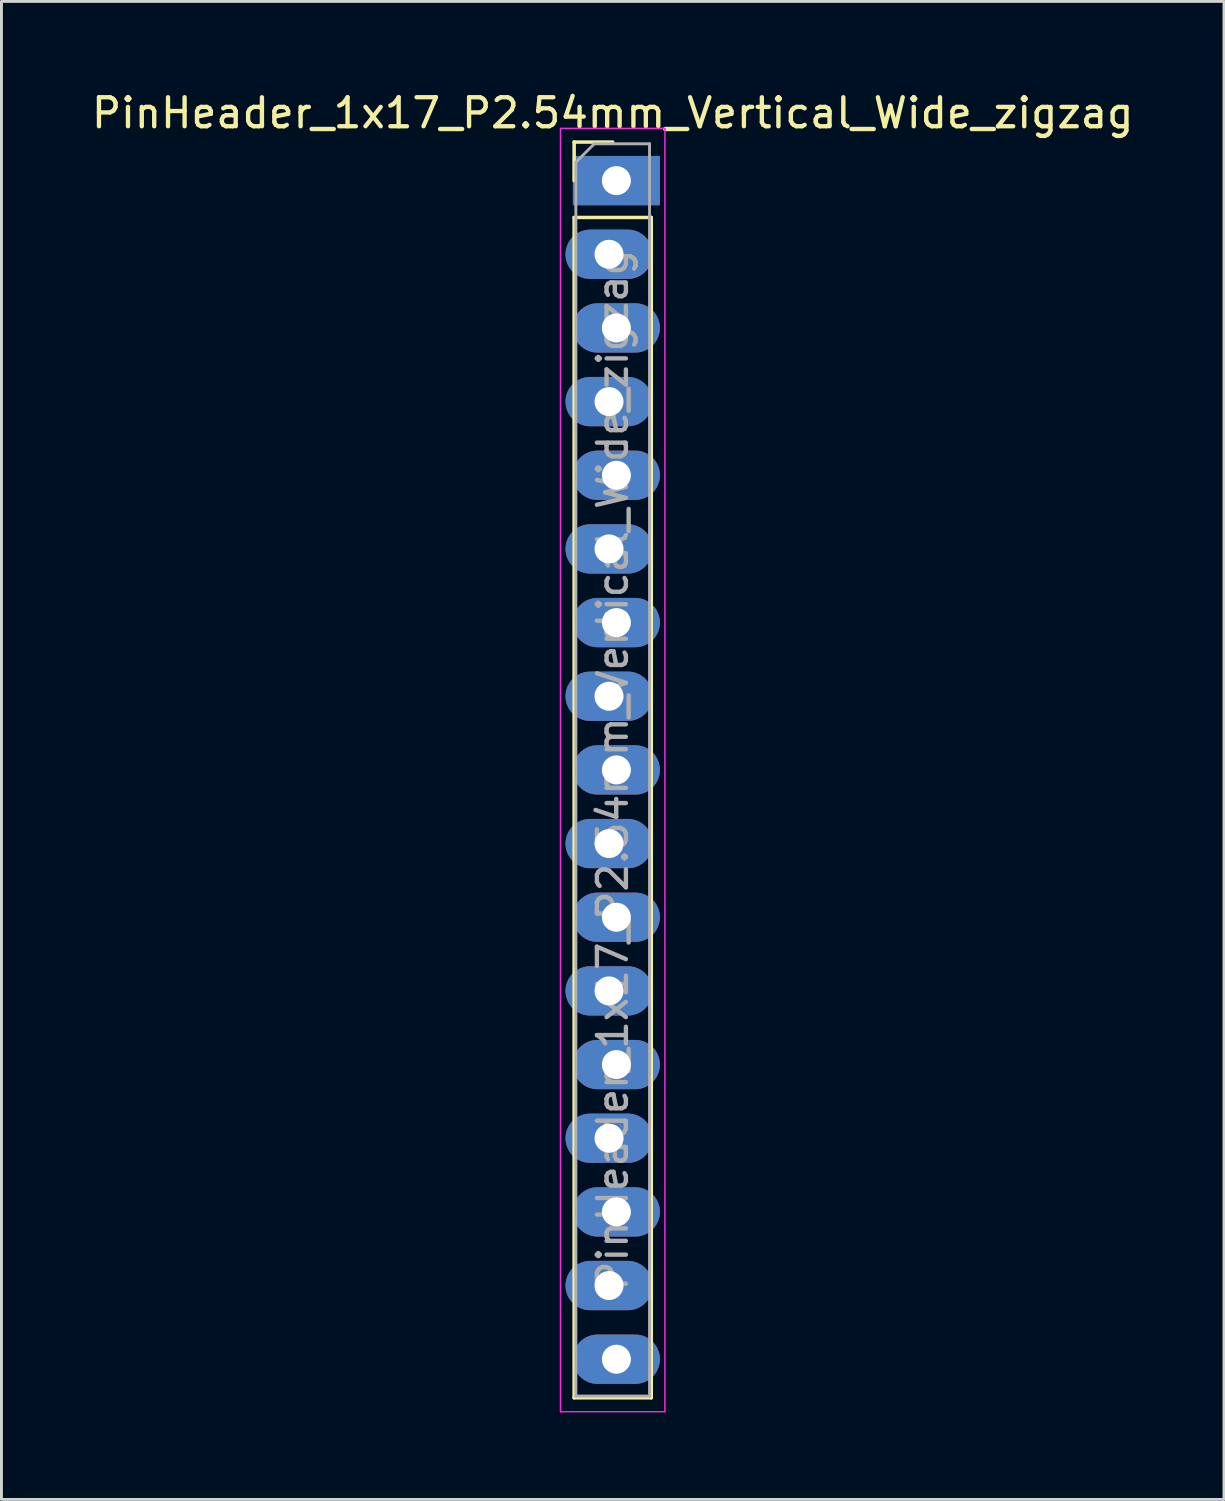
<source format=kicad_pcb>
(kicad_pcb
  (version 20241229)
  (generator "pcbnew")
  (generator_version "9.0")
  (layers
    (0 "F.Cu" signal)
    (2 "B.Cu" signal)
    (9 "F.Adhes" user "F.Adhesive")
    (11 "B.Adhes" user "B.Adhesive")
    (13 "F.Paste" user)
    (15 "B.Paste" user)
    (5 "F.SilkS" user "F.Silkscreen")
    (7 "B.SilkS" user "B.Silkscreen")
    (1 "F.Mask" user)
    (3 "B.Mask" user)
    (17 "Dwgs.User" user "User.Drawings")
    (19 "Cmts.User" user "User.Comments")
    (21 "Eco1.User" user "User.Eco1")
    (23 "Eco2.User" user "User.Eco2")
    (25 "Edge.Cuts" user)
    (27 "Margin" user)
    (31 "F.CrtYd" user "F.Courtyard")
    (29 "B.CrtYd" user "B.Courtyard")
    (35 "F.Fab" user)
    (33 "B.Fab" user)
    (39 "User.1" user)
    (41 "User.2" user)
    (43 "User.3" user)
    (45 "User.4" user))
  (footprint "PinHeader_1x17_P2.54mm_Vertical_Wide_zigzag"
    (layer "F.Cu")
    (at 18.077 3.178)
    (property "Reference" "PinHeader_1x17_P2.54mm_Vertical_Wide_zigzag" (at 0 -2.33 0) (layer "F.SilkS") (effects (font (size 1 1) (thickness 0.15))))
    (attr through_hole)
    (fp_line (start -1.33 -1.33) (end 0 -1.33) (stroke (width 0.12) (type solid)) (layer "F.SilkS"))
    (fp_line (start -1.33 0) (end -1.33 -1.33) (stroke (width 0.12) (type solid)) (layer "F.SilkS"))
    (fp_line (start -1.33 1.27) (end -1.33 41.97) (stroke (width 0.12) (type solid)) (layer "F.SilkS"))
    (fp_line (start -1.33 1.27) (end 1.33 1.27) (stroke (width 0.12) (type solid)) (layer "F.SilkS"))
    (fp_line (start -1.33 41.97) (end 1.33 41.97) (stroke (width 0.12) (type solid)) (layer "F.SilkS"))
    (fp_line (start 1.33 1.27) (end 1.33 41.97) (stroke (width 0.12) (type solid)) (layer "F.SilkS"))
    (fp_line (start -1.8 -1.8) (end -1.8 42.45) (stroke (width 0.05) (type solid)) (layer "F.CrtYd"))
    (fp_line (start -1.8 42.45) (end 1.8 42.45) (stroke (width 0.05) (type solid)) (layer "F.CrtYd"))
    (fp_line (start 1.8 -1.8) (end -1.8 -1.8) (stroke (width 0.05) (type solid)) (layer "F.CrtYd"))
    (fp_line (start 1.8 42.45) (end 1.8 -1.8) (stroke (width 0.05) (type solid)) (layer "F.CrtYd"))
    (fp_line (start -1.27 -0.635) (end -0.635 -1.27) (stroke (width 0.1) (type solid)) (layer "F.Fab"))
    (fp_line (start -1.27 41.91) (end -1.27 -0.635) (stroke (width 0.1) (type solid)) (layer "F.Fab"))
    (fp_line (start -0.635 -1.27) (end 1.27 -1.27) (stroke (width 0.1) (type solid)) (layer "F.Fab"))
    (fp_line (start 1.27 -1.27) (end 1.27 41.91) (stroke (width 0.1) (type solid)) (layer "F.Fab"))
    (fp_line (start 1.27 41.91) (end -1.27 41.91) (stroke (width 0.1) (type solid)) (layer "F.Fab"))
    (fp_text user "${REFERENCE}" (at 0 20.32 90) (layer "F.Fab") (effects (font (size 1 1) (thickness 0.15))))
    (pad "1" thru_hole rect (at 0.127 0) (size 3 1.7) (drill 1) (layers "*.Cu" "*.Mask"))
    (pad "2" thru_hole oval (at -0.127 2.54) (size 3 1.7) (drill 1) (layers "*.Cu" "*.Mask"))
    (pad "3" thru_hole oval (at 0.127 5.08) (size 3 1.7) (drill 1) (layers "*.Cu" "*.Mask"))
    (pad "4" thru_hole oval (at -0.127 7.62) (size 3 1.7) (drill 1) (layers "*.Cu" "*.Mask"))
    (pad "5" thru_hole oval (at 0.127 10.16) (size 3 1.7) (drill 1) (layers "*.Cu" "*.Mask"))
    (pad "6" thru_hole oval (at -0.127 12.7) (size 3 1.7) (drill 1) (layers "*.Cu" "*.Mask"))
    (pad "7" thru_hole oval (at 0.127 15.24) (size 3 1.7) (drill 1) (layers "*.Cu" "*.Mask"))
    (pad "8" thru_hole oval (at -0.127 17.78) (size 3 1.7) (drill 1) (layers "*.Cu" "*.Mask"))
    (pad "9" thru_hole oval (at 0.127 20.32) (size 3 1.7) (drill 1) (layers "*.Cu" "*.Mask"))
    (pad "10" thru_hole oval (at -0.127 22.86) (size 3 1.7) (drill 1) (layers "*.Cu" "*.Mask"))
    (pad "11" thru_hole oval (at 0.127 25.4) (size 3 1.7) (drill 1) (layers "*.Cu" "*.Mask"))
    (pad "12" thru_hole oval (at -0.127 27.94) (size 3 1.7) (drill 1) (layers "*.Cu" "*.Mask"))
    (pad "13" thru_hole oval (at 0.127 30.48) (size 3 1.7) (drill 1) (layers "*.Cu" "*.Mask"))
    (pad "14" thru_hole oval (at -0.127 33.02) (size 3 1.7) (drill 1) (layers "*.Cu" "*.Mask"))
    (pad "15" thru_hole oval (at 0.127 35.56) (size 3 1.7) (drill 1) (layers "*.Cu" "*.Mask"))
    (pad "16" thru_hole oval (at -0.127 38.1) (size 3 1.7) (drill 1) (layers "*.Cu" "*.Mask"))
    (pad "17" thru_hole oval (at 0.127 40.64) (size 3 1.7) (drill 1) (layers "*.Cu" "*.Mask")))
  (gr_rect
    (start -3 -3)
    (end 39.155 48.653)
    (stroke (width 0.1) (type default))
    (fill no)
    (layer "Edge.Cuts")))
</source>
